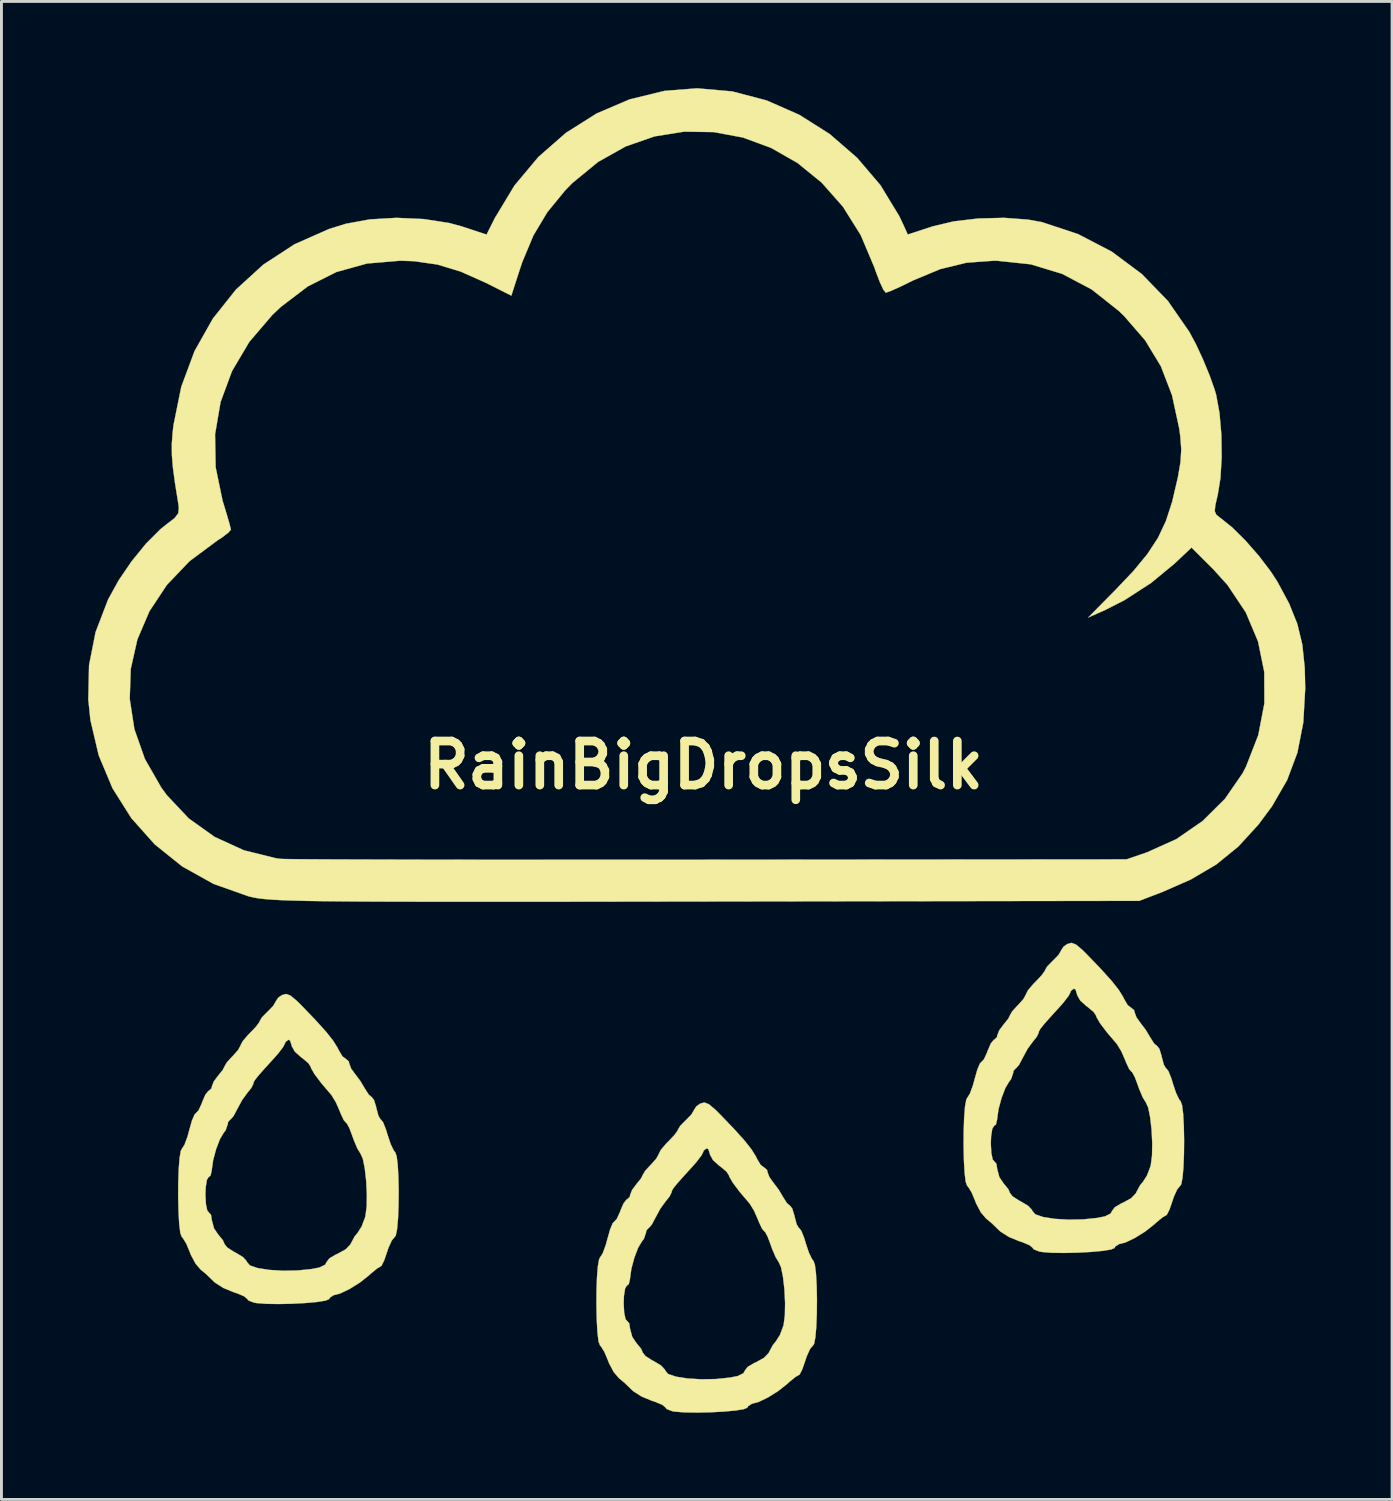
<source format=kicad_pcb>
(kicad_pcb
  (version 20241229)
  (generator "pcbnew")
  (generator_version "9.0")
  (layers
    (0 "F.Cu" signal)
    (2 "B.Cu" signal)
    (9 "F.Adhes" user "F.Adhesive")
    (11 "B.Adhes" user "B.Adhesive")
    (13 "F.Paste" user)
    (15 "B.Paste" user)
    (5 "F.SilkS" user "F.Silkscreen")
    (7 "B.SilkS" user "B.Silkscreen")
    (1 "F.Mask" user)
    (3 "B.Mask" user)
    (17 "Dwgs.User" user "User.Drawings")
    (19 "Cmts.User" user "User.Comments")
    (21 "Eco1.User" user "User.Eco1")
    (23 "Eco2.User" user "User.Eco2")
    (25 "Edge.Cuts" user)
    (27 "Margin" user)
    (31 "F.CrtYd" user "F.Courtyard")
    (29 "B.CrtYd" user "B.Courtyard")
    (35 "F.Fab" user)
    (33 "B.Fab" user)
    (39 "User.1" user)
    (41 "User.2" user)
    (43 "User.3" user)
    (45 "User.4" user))
  (footprint "RainBigDropsSilk"
    (layer "F.Cu")
    (at 21.283 23.417)
    (property "Reference" "RainBigDropsSilk" (at 0 0 0) (layer "F.SilkS") (effects (font (size 1.524 1.524) (thickness 0.3))))
    (attr through_hole)
    (fp_poly (pts (xy -14.278 7.974) (xy -14.053 8.164) (xy -13.892 8.325) (xy -13.401 8.837) (xy -13.047 9.23) (xy -12.807 9.534) (xy -12.655 9.778) (xy -12.618 9.856) (xy -12.489 10.072) (xy -12.371 10.16) (xy -12.267 10.248) (xy -12.258 10.305) (xy -12.189 10.492) (xy -12.065 10.664) (xy -11.867 10.927) (xy -11.715 11.182) (xy -11.58 11.394) (xy -11.473 11.485) (xy -11.472 11.485) (xy -11.396 11.582) (xy -11.323 11.819) (xy -11.312 11.872) (xy -11.244 12.126) (xy -11.168 12.255) (xy -11.156 12.258) (xy -11.081 12.355) (xy -10.983 12.601) (xy -10.928 12.783) (xy -10.821 13.105) (xy -10.712 13.332) (xy -10.665 13.386) (xy -10.613 13.525) (xy -10.575 13.829) (xy -10.552 14.247) (xy -10.542 14.728) (xy -10.547 15.222) (xy -10.565 15.677) (xy -10.597 16.042) (xy -10.642 16.267) (xy -10.674 16.313) (xy -10.779 16.437) (xy -10.898 16.699) (xy -10.947 16.847) (xy -11.047 17.137) (xy -11.136 17.314) (xy -11.166 17.338) (xy -11.286 17.407) (xy -11.497 17.58) (xy -11.58 17.655) (xy -11.885 17.896) (xy -12.24 18.118) (xy -12.571 18.277) (xy -12.79 18.332) (xy -12.924 18.419) (xy -12.947 18.467) (xy -13.068 18.52) (xy -13.356 18.567) (xy -13.759 18.604) (xy -14.224 18.629) (xy -14.697 18.639) (xy -15.127 18.632) (xy -15.459 18.606) (xy -15.544 18.591) (xy -15.737 18.518) (xy -15.792 18.452) (xy -15.888 18.372) (xy -16.129 18.27) (xy -16.26 18.227) (xy -16.608 18.083) (xy -16.896 17.899) (xy -16.951 17.848) (xy -17.198 17.608) (xy -17.394 17.446) (xy -17.571 17.239) (xy -17.736 16.927) (xy -17.768 16.841) (xy -17.891 16.547) (xy -18.013 16.35) (xy -18.044 16.32) (xy -18.096 16.181) (xy -18.134 15.872) (xy -18.158 15.446) (xy -18.169 14.952) (xy -18.169 14.853) (xy -17.228 14.853) (xy -17.21 15.186) (xy -17.163 15.407) (xy -17.117 15.461) (xy -17.034 15.555) (xy -17.007 15.737) (xy -16.93 16.023) (xy -16.786 16.234) (xy -16.624 16.432) (xy -16.565 16.567) (xy -16.475 16.682) (xy -16.251 16.827) (xy -16.179 16.864) (xy -15.93 17.014) (xy -15.799 17.157) (xy -15.792 17.185) (xy -15.69 17.304) (xy -15.416 17.397) (xy -15.018 17.459) (xy -14.543 17.488) (xy -14.039 17.479) (xy -13.554 17.429) (xy -13.28 17.375) (xy -13.086 17.278) (xy -13.031 17.181) (xy -12.938 17.058) (xy -12.708 16.923) (xy -12.646 16.897) (xy -12.375 16.747) (xy -12.208 16.573) (xy -12.197 16.546) (xy -12.065 16.3) (xy -11.962 16.175) (xy -11.822 15.954) (xy -11.704 15.64) (xy -11.693 15.594) (xy -11.65 15.267) (xy -11.644 14.84) (xy -11.667 14.378) (xy -11.716 13.946) (xy -11.784 13.609) (xy -11.861 13.44) (xy -11.973 13.257) (xy -12.1 12.957) (xy -12.141 12.838) (xy -12.247 12.556) (xy -12.337 12.389) (xy -12.364 12.369) (xy -12.443 12.276) (xy -12.551 12.045) (xy -12.579 11.971) (xy -12.717 11.657) (xy -12.867 11.412) (xy -12.885 11.391) (xy -13.214 11.005) (xy -13.453 10.688) (xy -13.574 10.478) (xy -13.584 10.436) (xy -13.668 10.307) (xy -13.873 10.133) (xy -13.915 10.105) (xy -14.136 9.907) (xy -14.244 9.713) (xy -14.246 9.691) (xy -14.298 9.527) (xy -14.357 9.497) (xy -14.464 9.58) (xy -14.467 9.606) (xy -14.536 9.743) (xy -14.713 9.976) (xy -14.849 10.13) (xy -15.186 10.5) (xy -15.399 10.742) (xy -15.516 10.89) (xy -15.564 10.978) (xy -15.571 11.023) (xy -15.639 11.163) (xy -15.771 11.326) (xy -15.957 11.581) (xy -16.127 11.895) (xy -16.129 11.899) (xy -16.255 12.137) (xy -16.359 12.255) (xy -16.371 12.258) (xy -16.446 12.348) (xy -16.455 12.416) (xy -16.527 12.627) (xy -16.597 12.72) (xy -16.727 12.937) (xy -16.858 13.283) (xy -16.961 13.664) (xy -17.007 13.989) (xy -17.007 14.01) (xy -17.051 14.198) (xy -17.117 14.246) (xy -17.178 14.346) (xy -17.218 14.604) (xy -17.228 14.853) (xy -18.169 14.853) (xy -18.167 14.444) (xy -18.151 13.971) (xy -18.121 13.585) (xy -18.077 13.337) (xy -18.045 13.276) (xy -17.952 13.131) (xy -17.846 12.844) (xy -17.785 12.617) (xy -17.694 12.296) (xy -17.604 12.085) (xy -17.557 12.037) (xy -17.466 11.943) (xy -17.359 11.711) (xy -17.338 11.651) (xy -17.23 11.399) (xy -17.126 11.269) (xy -17.109 11.264) (xy -17.015 11.176) (xy -17.007 11.12) (xy -16.937 10.939) (xy -16.786 10.738) (xy -16.626 10.54) (xy -16.563 10.413) (xy -16.489 10.285) (xy -16.311 10.088) (xy -16.287 10.066) (xy -16.101 9.858) (xy -16.014 9.701) (xy -16.013 9.691) (xy -15.939 9.549) (xy -15.755 9.333) (xy -15.682 9.26) (xy -15.475 9.042) (xy -15.359 8.882) (xy -15.35 8.854) (xy -15.275 8.727) (xy -15.091 8.539) (xy -15.074 8.524) (xy -14.885 8.33) (xy -14.799 8.183) (xy -14.798 8.177) (xy -14.712 8.045) (xy -14.583 7.954) (xy -14.437 7.913) (xy -14.278 7.974)) (stroke (width 0.01) (type solid)) (fill yes) (layer "F.SilkS"))
    (fp_poly (pts (xy 0.189 11.729) (xy 0.414 11.919) (xy 0.574 12.079) (xy 1.066 12.592) (xy 1.42 12.985) (xy 1.66 13.289) (xy 1.812 13.532) (xy 1.849 13.611) (xy 1.978 13.827) (xy 2.096 13.915) (xy 2.2 14.003) (xy 2.209 14.06) (xy 2.278 14.246) (xy 2.402 14.419) (xy 2.6 14.682) (xy 2.752 14.936) (xy 2.887 15.149) (xy 2.994 15.24) (xy 2.995 15.24) (xy 3.071 15.336) (xy 3.144 15.574) (xy 3.155 15.627) (xy 3.223 15.881) (xy 3.299 16.009) (xy 3.311 16.013) (xy 3.386 16.11) (xy 3.484 16.356) (xy 3.539 16.538) (xy 3.646 16.86) (xy 3.755 17.086) (xy 3.802 17.141) (xy 3.854 17.28) (xy 3.892 17.584) (xy 3.915 18.002) (xy 3.925 18.483) (xy 3.92 18.976) (xy 3.902 19.431) (xy 3.87 19.797) (xy 3.825 20.022) (xy 3.793 20.068) (xy 3.688 20.191) (xy 3.569 20.454) (xy 3.52 20.602) (xy 3.42 20.892) (xy 3.331 21.069) (xy 3.301 21.093) (xy 3.181 21.162) (xy 2.97 21.334) (xy 2.887 21.41) (xy 2.582 21.651) (xy 2.227 21.872) (xy 1.896 22.031) (xy 1.677 22.087) (xy 1.543 22.174) (xy 1.52 22.221) (xy 1.399 22.275) (xy 1.111 22.322) (xy 0.708 22.359) (xy 0.243 22.384) (xy -0.23 22.394) (xy -0.66 22.387) (xy -0.993 22.361) (xy -1.077 22.346) (xy -1.27 22.272) (xy -1.325 22.207) (xy -1.421 22.127) (xy -1.662 22.025) (xy -1.793 21.982) (xy -2.141 21.838) (xy -2.429 21.654) (xy -2.484 21.603) (xy -2.731 21.363) (xy -2.927 21.201) (xy -3.104 20.993) (xy -3.269 20.681) (xy -3.301 20.596) (xy -3.424 20.302) (xy -3.546 20.104) (xy -3.577 20.075) (xy -3.629 19.936) (xy -3.667 19.627) (xy -3.691 19.201) (xy -3.702 18.707) (xy -3.702 18.608) (xy -2.761 18.608) (xy -2.743 18.941) (xy -2.696 19.162) (xy -2.65 19.216) (xy -2.567 19.31) (xy -2.54 19.492) (xy -2.463 19.777) (xy -2.319 19.989) (xy -2.157 20.187) (xy -2.098 20.322) (xy -2.008 20.437) (xy -1.784 20.582) (xy -1.712 20.618) (xy -1.464 20.769) (xy -1.332 20.911) (xy -1.325 20.939) (xy -1.223 21.059) (xy -0.949 21.152) (xy -0.551 21.214) (xy -0.076 21.243) (xy 0.428 21.234) (xy 0.913 21.184) (xy 1.187 21.13) (xy 1.381 21.033) (xy 1.436 20.936) (xy 1.529 20.813) (xy 1.759 20.678) (xy 1.821 20.652) (xy 2.092 20.501) (xy 2.259 20.328) (xy 2.27 20.3) (xy 2.402 20.055) (xy 2.505 19.929) (xy 2.645 19.709) (xy 2.763 19.395) (xy 2.774 19.349) (xy 2.816 19.022) (xy 2.823 18.595) (xy 2.8 18.133) (xy 2.751 17.701) (xy 2.682 17.364) (xy 2.606 17.195) (xy 2.494 17.012) (xy 2.367 16.712) (xy 2.326 16.593) (xy 2.22 16.311) (xy 2.13 16.143) (xy 2.103 16.123) (xy 2.024 16.03) (xy 1.916 15.799) (xy 1.888 15.726) (xy 1.75 15.412) (xy 1.6 15.167) (xy 1.582 15.146) (xy 1.253 14.759) (xy 1.014 14.442) (xy 0.893 14.232) (xy 0.883 14.191) (xy 0.799 14.062) (xy 0.594 13.888) (xy 0.552 13.86) (xy 0.331 13.662) (xy 0.223 13.468) (xy 0.221 13.445) (xy 0.169 13.282) (xy 0.11 13.252) (xy 0.003 13.335) (xy 0 13.361) (xy -0.069 13.498) (xy -0.246 13.73) (xy -0.382 13.885) (xy -0.719 14.255) (xy -0.932 14.496) (xy -1.049 14.645) (xy -1.097 14.733) (xy -1.104 14.777) (xy -1.172 14.918) (xy -1.304 15.081) (xy -1.49 15.336) (xy -1.66 15.65) (xy -1.662 15.654) (xy -1.788 15.892) (xy -1.892 16.01) (xy -1.904 16.013) (xy -1.979 16.102) (xy -1.988 16.171) (xy -2.06 16.382) (xy -2.13 16.475) (xy -2.26 16.692) (xy -2.391 17.037) (xy -2.494 17.418) (xy -2.54 17.744) (xy -2.54 17.765) (xy -2.584 17.953) (xy -2.65 18.001) (xy -2.711 18.101) (xy -2.751 18.358) (xy -2.761 18.608) (xy -3.702 18.608) (xy -3.7 18.198) (xy -3.684 17.725) (xy -3.654 17.339) (xy -3.61 17.092) (xy -3.578 17.03) (xy -3.485 16.885) (xy -3.38 16.598) (xy -3.318 16.372) (xy -3.227 16.051) (xy -3.137 15.84) (xy -3.09 15.792) (xy -3 15.698) (xy -2.892 15.466) (xy -2.871 15.406) (xy -2.763 15.154) (xy -2.659 15.024) (xy -2.642 15.019) (xy -2.548 14.931) (xy -2.54 14.874) (xy -2.47 14.694) (xy -2.319 14.492) (xy -2.159 14.294) (xy -2.096 14.168) (xy -2.022 14.04) (xy -1.844 13.843) (xy -1.82 13.82) (xy -1.634 13.613) (xy -1.547 13.456) (xy -1.546 13.446) (xy -1.472 13.304) (xy -1.288 13.088) (xy -1.215 13.015) (xy -1.008 12.797) (xy -0.892 12.637) (xy -0.883 12.609) (xy -0.808 12.481) (xy -0.624 12.294) (xy -0.607 12.279) (xy -0.418 12.084) (xy -0.332 11.938) (xy -0.331 11.932) (xy -0.245 11.8) (xy -0.116 11.709) (xy 0.03 11.668) (xy 0.189 11.729)) (stroke (width 0.01) (type solid)) (fill yes) (layer "F.SilkS"))
    (fp_poly (pts (xy 12.889 6.207) (xy 13.114 6.397) (xy 13.274 6.558) (xy 13.766 7.07) (xy 14.12 7.463) (xy 14.36 7.767) (xy 14.512 8.011) (xy 14.549 8.089) (xy 14.678 8.305) (xy 14.796 8.393) (xy 14.9 8.481) (xy 14.909 8.538) (xy 14.978 8.725) (xy 15.102 8.897) (xy 15.3 9.16) (xy 15.452 9.415) (xy 15.587 9.628) (xy 15.694 9.718) (xy 15.695 9.718) (xy 15.771 9.815) (xy 15.844 10.052) (xy 15.855 10.105) (xy 15.923 10.359) (xy 15.999 10.488) (xy 16.011 10.491) (xy 16.086 10.588) (xy 16.184 10.834) (xy 16.239 11.016) (xy 16.346 11.338) (xy 16.455 11.565) (xy 16.502 11.619) (xy 16.554 11.758) (xy 16.592 12.062) (xy 16.615 12.48) (xy 16.625 12.961) (xy 16.62 13.455) (xy 16.602 13.91) (xy 16.57 14.275) (xy 16.525 14.5) (xy 16.493 14.546) (xy 16.388 14.67) (xy 16.269 14.932) (xy 16.22 15.08) (xy 16.12 15.371) (xy 16.031 15.547) (xy 16.001 15.571) (xy 15.881 15.64) (xy 15.67 15.813) (xy 15.587 15.888) (xy 15.282 16.129) (xy 14.927 16.351) (xy 14.596 16.51) (xy 14.377 16.565) (xy 14.243 16.652) (xy 14.22 16.7) (xy 14.099 16.753) (xy 13.811 16.8) (xy 13.408 16.837) (xy 12.943 16.862) (xy 12.47 16.872) (xy 12.04 16.866) (xy 11.707 16.839) (xy 11.623 16.824) (xy 11.43 16.751) (xy 11.375 16.685) (xy 11.279 16.605) (xy 11.038 16.503) (xy 10.907 16.46) (xy 10.559 16.316) (xy 10.271 16.132) (xy 10.216 16.081) (xy 9.969 15.841) (xy 9.773 15.679) (xy 9.596 15.472) (xy 9.431 15.16) (xy 9.399 15.074) (xy 9.276 14.78) (xy 9.154 14.583) (xy 9.123 14.554) (xy 9.071 14.414) (xy 9.033 14.105) (xy 9.009 13.679) (xy 8.998 13.185) (xy 8.998 13.087) (xy 9.939 13.087) (xy 9.957 13.419) (xy 10.004 13.64) (xy 10.05 13.694) (xy 10.133 13.788) (xy 10.16 13.97) (xy 10.237 14.256) (xy 10.381 14.467) (xy 10.543 14.665) (xy 10.602 14.8) (xy 10.692 14.915) (xy 10.916 15.06) (xy 10.988 15.097) (xy 11.236 15.247) (xy 11.368 15.39) (xy 11.375 15.418) (xy 11.477 15.537) (xy 11.751 15.63) (xy 12.149 15.693) (xy 12.624 15.721) (xy 13.128 15.712) (xy 13.613 15.662) (xy 13.887 15.608) (xy 14.081 15.511) (xy 14.136 15.414) (xy 14.229 15.291) (xy 14.459 15.156) (xy 14.521 15.13) (xy 14.792 14.98) (xy 14.959 14.806) (xy 14.97 14.779) (xy 15.102 14.533) (xy 15.205 14.408) (xy 15.345 14.187) (xy 15.463 13.873) (xy 15.474 13.827) (xy 15.516 13.5) (xy 15.523 13.073) (xy 15.5 12.611) (xy 15.451 12.179) (xy 15.382 11.842) (xy 15.306 11.673) (xy 15.194 11.49) (xy 15.067 11.19) (xy 15.026 11.071) (xy 14.92 10.789) (xy 14.83 10.622) (xy 14.803 10.602) (xy 14.724 10.509) (xy 14.616 10.278) (xy 14.588 10.204) (xy 14.45 9.89) (xy 14.3 9.645) (xy 14.282 9.624) (xy 13.953 9.238) (xy 13.714 8.921) (xy 13.593 8.711) (xy 13.583 8.669) (xy 13.499 8.54) (xy 13.294 8.367) (xy 13.252 8.338) (xy 13.031 8.14) (xy 12.923 7.946) (xy 12.921 7.924) (xy 12.869 7.76) (xy 12.81 7.73) (xy 12.703 7.813) (xy 12.7 7.839) (xy 12.631 7.977) (xy 12.454 8.209) (xy 12.318 8.363) (xy 11.981 8.733) (xy 11.768 8.975) (xy 11.651 9.123) (xy 11.603 9.211) (xy 11.596 9.256) (xy 11.528 9.396) (xy 11.396 9.559) (xy 11.21 9.814) (xy 11.04 10.128) (xy 11.038 10.132) (xy 10.912 10.37) (xy 10.808 10.488) (xy 10.796 10.491) (xy 10.721 10.581) (xy 10.712 10.649) (xy 10.64 10.86) (xy 10.57 10.953) (xy 10.44 11.171) (xy 10.309 11.516) (xy 10.206 11.897) (xy 10.16 12.222) (xy 10.16 12.243) (xy 10.116 12.431) (xy 10.05 12.479) (xy 9.989 12.579) (xy 9.949 12.837) (xy 9.939 13.087) (xy 8.998 13.087) (xy 9 12.677) (xy 9.016 12.204) (xy 9.046 11.818) (xy 9.09 11.57) (xy 9.122 11.509) (xy 9.215 11.364) (xy 9.32 11.077) (xy 9.382 10.85) (xy 9.473 10.529) (xy 9.563 10.318) (xy 9.61 10.27) (xy 9.7 10.176) (xy 9.808 9.944) (xy 9.829 9.884) (xy 9.937 9.632) (xy 10.041 9.502) (xy 10.058 9.497) (xy 10.152 9.409) (xy 10.16 9.353) (xy 10.23 9.172) (xy 10.381 8.971) (xy 10.541 8.773) (xy 10.604 8.646) (xy 10.678 8.518) (xy 10.856 8.321) (xy 10.88 8.299) (xy 11.066 8.091) (xy 11.153 7.934) (xy 11.154 7.924) (xy 11.228 7.782) (xy 11.412 7.566) (xy 11.485 7.493) (xy 11.692 7.275) (xy 11.808 7.115) (xy 11.817 7.087) (xy 11.892 6.96) (xy 12.076 6.772) (xy 12.093 6.757) (xy 12.282 6.563) (xy 12.368 6.416) (xy 12.369 6.41) (xy 12.455 6.278) (xy 12.584 6.187) (xy 12.73 6.146) (xy 12.889 6.207)) (stroke (width 0.01) (type solid)) (fill yes) (layer "F.SilkS"))
    (fp_poly (pts (xy 0.995 -23.305) (xy 2.182 -22.994) (xy 3.315 -22.496) (xy 4.367 -21.83) (xy 5.311 -21.013) (xy 6.121 -20.062) (xy 6.771 -18.993) (xy 6.883 -18.758) (xy 7.067 -18.355) (xy 7.923 -18.636) (xy 8.657 -18.81) (xy 9.511 -18.91) (xy 10.397 -18.932) (xy 11.226 -18.871) (xy 11.706 -18.784) (xy 12.962 -18.367) (xy 14.121 -17.764) (xy 15.16 -16.99) (xy 16.061 -16.061) (xy 16.802 -14.993) (xy 17.035 -14.56) (xy 17.28 -14.031) (xy 17.507 -13.481) (xy 17.68 -12.995) (xy 17.734 -12.81) (xy 17.849 -12.179) (xy 17.914 -11.433) (xy 17.925 -10.655) (xy 17.882 -9.928) (xy 17.789 -9.355) (xy 17.706 -8.998) (xy 17.685 -8.789) (xy 17.736 -8.665) (xy 17.867 -8.559) (xy 17.899 -8.537) (xy 18.298 -8.216) (xy 18.753 -7.763) (xy 19.211 -7.239) (xy 19.62 -6.703) (xy 19.852 -6.346) (xy 20.259 -5.588) (xy 20.541 -4.887) (xy 20.714 -4.17) (xy 20.798 -3.365) (xy 20.814 -2.65) (xy 20.748 -1.476) (xy 20.545 -0.438) (xy 20.19 0.513) (xy 19.663 1.426) (xy 19.19 2.062) (xy 18.499 2.816) (xy 17.738 3.435) (xy 16.856 3.955) (xy 15.885 4.381) (xy 15.074 4.693) (xy 0.055 4.716) (xy -2.072 4.719) (xy -3.989 4.722) (xy -5.709 4.724) (xy -7.242 4.724) (xy -8.601 4.724) (xy -9.796 4.723) (xy -10.84 4.721) (xy -11.743 4.717) (xy -12.518 4.711) (xy -13.175 4.704) (xy -13.727 4.695) (xy -14.184 4.684) (xy -14.559 4.671) (xy -14.862 4.655) (xy -15.106 4.638) (xy -15.302 4.618) (xy -15.461 4.595) (xy -15.595 4.569) (xy -15.715 4.541) (xy -15.752 4.531) (xy -16.948 4.106) (xy -18.03 3.503) (xy -18.983 2.738) (xy -19.791 1.831) (xy -20.441 0.8) (xy -20.918 -0.337) (xy -21.206 -1.561) (xy -21.278 -2.264) (xy -21.278 -2.29) (xy -19.846 -2.29) (xy -19.684 -1.243) (xy -19.321 -0.213) (xy -18.753 0.778) (xy -18.559 1.041) (xy -17.804 1.843) (xy -16.909 2.482) (xy -15.899 2.944) (xy -14.795 3.218) (xy -14.633 3.241) (xy -14.483 3.246) (xy -14.126 3.251) (xy -13.575 3.255) (xy -12.843 3.259) (xy -11.943 3.262) (xy -10.889 3.265) (xy -9.694 3.268) (xy -8.371 3.27) (xy -6.934 3.271) (xy -5.396 3.272) (xy -3.77 3.272) (xy -2.07 3.272) (xy -0.309 3.271) (xy 0.166 3.27) (xy 14.633 3.258) (xy 15.35 3.012) (xy 16.356 2.559) (xy 17.263 1.933) (xy 18.038 1.165) (xy 18.647 0.282) (xy 18.764 0.058) (xy 19.191 -1.039) (xy 19.402 -2.137) (xy 19.398 -3.222) (xy 19.183 -4.277) (xy 18.759 -5.284) (xy 18.13 -6.227) (xy 17.638 -6.773) (xy 16.881 -7.527) (xy 16.297 -6.975) (xy 15.483 -6.303) (xy 14.565 -5.709) (xy 13.874 -5.357) (xy 13.307 -5.107) (xy 14.249 -6.06) (xy 14.877 -6.722) (xy 15.357 -7.305) (xy 15.721 -7.861) (xy 15.995 -8.444) (xy 16.211 -9.106) (xy 16.397 -9.9) (xy 16.41 -9.96) (xy 16.501 -10.487) (xy 16.527 -10.925) (xy 16.491 -11.395) (xy 16.455 -11.652) (xy 16.207 -12.798) (xy 15.822 -13.798) (xy 15.278 -14.695) (xy 14.553 -15.532) (xy 14.368 -15.711) (xy 13.43 -16.454) (xy 12.411 -16.993) (xy 11.317 -17.325) (xy 10.152 -17.448) (xy 10.05 -17.449) (xy 9.099 -17.38) (xy 8.194 -17.16) (xy 7.26 -16.771) (xy 7.181 -16.732) (xy 6.803 -16.548) (xy 6.498 -16.411) (xy 6.322 -16.347) (xy 6.307 -16.344) (xy 6.226 -16.442) (xy 6.104 -16.701) (xy 5.961 -17.073) (xy 5.913 -17.214) (xy 5.438 -18.338) (xy 4.823 -19.318) (xy 4.088 -20.15) (xy 3.253 -20.83) (xy 2.34 -21.351) (xy 1.368 -21.709) (xy 0.358 -21.898) (xy -0.668 -21.913) (xy -1.691 -21.75) (xy -2.69 -21.403) (xy -3.645 -20.867) (xy -4.534 -20.137) (xy -4.786 -19.879) (xy -5.403 -19.125) (xy -5.882 -18.324) (xy -6.268 -17.402) (xy -6.354 -17.145) (xy -6.646 -16.241) (xy -7.52 -16.681) (xy -8.398 -17.073) (xy -9.204 -17.317) (xy -10.012 -17.433) (xy -10.491 -17.449) (xy -11.638 -17.352) (xy -12.7 -17.057) (xy -13.689 -16.559) (xy -14.619 -15.851) (xy -14.915 -15.571) (xy -15.71 -14.641) (xy -16.308 -13.631) (xy -16.704 -12.56) (xy -16.894 -11.446) (xy -16.874 -10.307) (xy -16.637 -9.16) (xy -16.622 -9.111) (xy -16.496 -8.696) (xy -16.4 -8.365) (xy -16.35 -8.171) (xy -16.346 -8.146) (xy -16.431 -8.046) (xy -16.649 -7.88) (xy -16.814 -7.772) (xy -17.775 -7.058) (xy -18.559 -6.237) (xy -19.162 -5.328) (xy -19.58 -4.353) (xy -19.81 -3.334) (xy -19.846 -2.29) (xy -21.278 -2.29) (xy -21.253 -3.46) (xy -21.027 -4.602) (xy -20.593 -5.732) (xy -20.228 -6.394) (xy -19.774 -7.06) (xy -19.277 -7.669) (xy -18.786 -8.16) (xy -18.563 -8.338) (xy -18.291 -8.548) (xy -18.166 -8.714) (xy -18.147 -8.908) (xy -18.167 -9.056) (xy -18.279 -9.754) (xy -18.352 -10.292) (xy -18.387 -10.724) (xy -18.39 -11.106) (xy -18.363 -11.494) (xy -18.332 -11.761) (xy -18.063 -13.087) (xy -17.604 -14.322) (xy -16.969 -15.448) (xy -16.172 -16.45) (xy -15.227 -17.312) (xy -14.149 -18.016) (xy -12.951 -18.547) (xy -12.369 -18.727) (xy -11.546 -18.878) (xy -10.62 -18.932) (xy -9.678 -18.89) (xy -8.802 -18.755) (xy -8.362 -18.636) (xy -7.503 -18.353) (xy -7.217 -18.923) (xy -6.537 -20.05) (xy -5.71 -21.038) (xy -4.756 -21.873) (xy -3.696 -22.542) (xy -2.553 -23.03) (xy -1.347 -23.324) (xy -0.221 -23.412) (xy 0.995 -23.305)) (stroke (width 0.01) (type solid)) (fill yes) (layer "F.SilkS")))
  (gr_rect
    (start -3 -3)
    (end 45.102 48.816)
    (stroke (width 0.1) (type default))
    (fill no)
    (layer "Edge.Cuts")))
</source>
